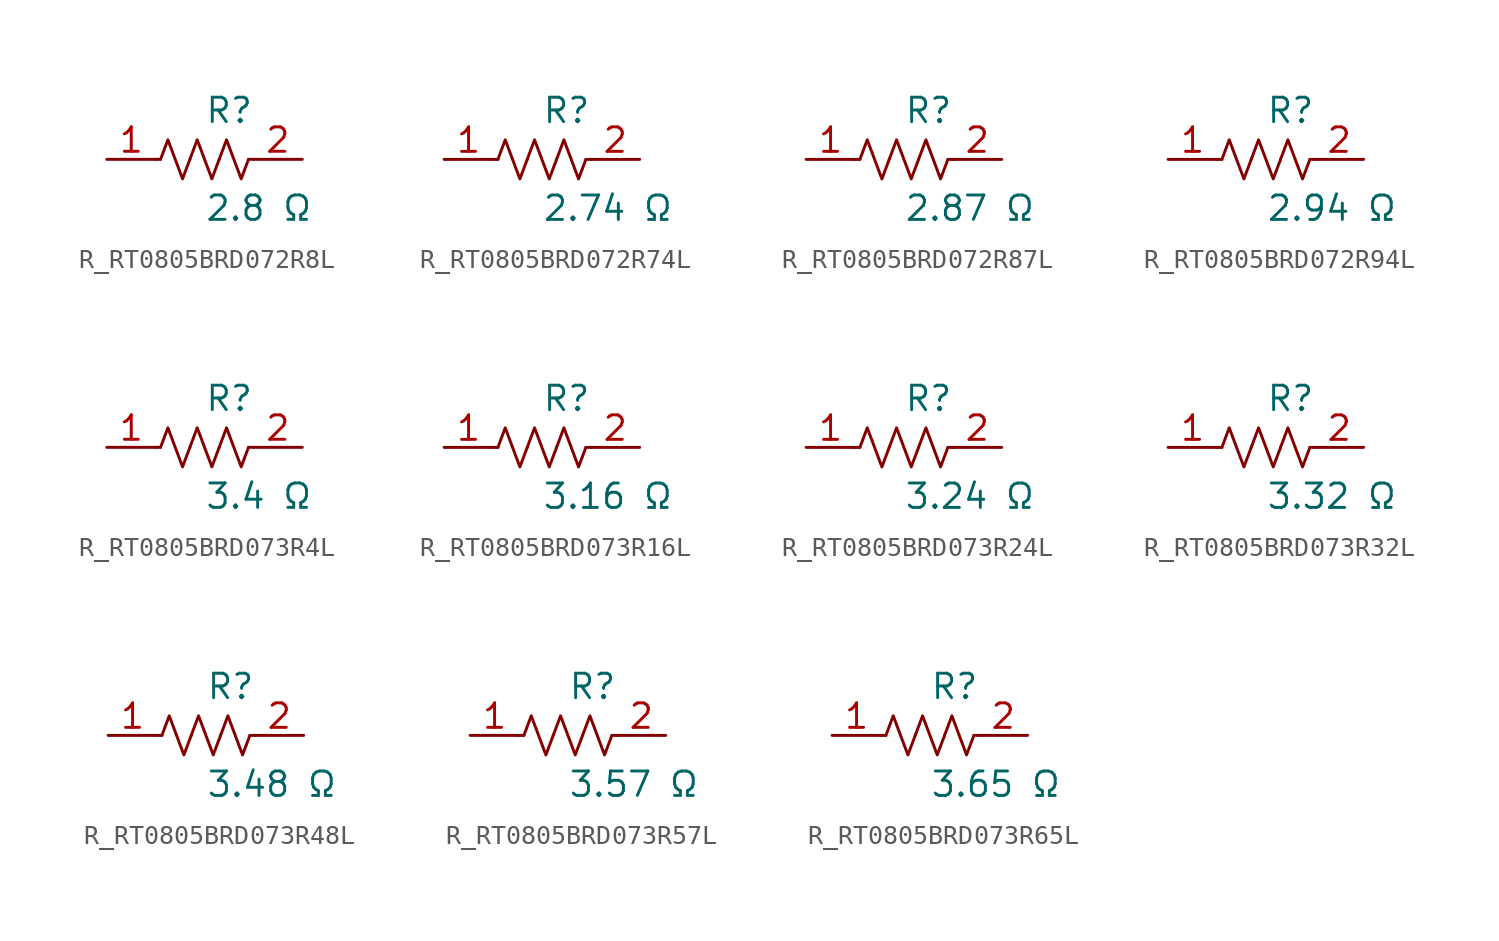
<source format=kicad_sym>
(kicad_symbol_lib
  (version 20231120)
  (generator kicad_symbol_editor)
  (generator_version 8.0)
  (symbol "R_RT0805BRD072R8L"
    (pin_names
      (offset 0.254))
    (property "Reference" "R"
      (at 0.0 2.54 0)
      (effects (font (size 1.27 1.27)) (justify left)))
    (property "Value" "2.8 Ω"
      (at 0.0 -2.54 0)
      (effects (font (size 1.27 1.27)) (justify left)))
    (symbol "R_RT0805BRD072R8L_0_1"
      (polyline (pts (xy 2.286 0) (xy 2.54 0)) (stroke (width 0) (type default)) (fill (type none)))
      (polyline (pts (xy -2.286 0) (xy -2.54 0)) (stroke (width 0) (type default)) (fill (type none)))
      (polyline (pts (xy 0.762 0) (xy 1.143 1.016) (xy 1.524 0) (xy 1.905 -1.016) (xy 2.286 0)) (stroke (width 0) (type default)) (fill (type none)))
      (polyline (pts (xy -0.762 0) (xy -0.381 1.016) (xy 0 0) (xy 0.381 -1.016) (xy 0.762 0)) (stroke (width 0) (type default)) (fill (type none)))
      (polyline (pts (xy -2.286 0) (xy -1.905 1.016) (xy -1.524 0) (xy -1.143 -1.016) (xy -0.762 0)) (stroke (width 0) (type default)) (fill (type none))))
    (pin unspecified line
      (at -5.08 0 0)
      (length 2.54)
      (name "" (effects (font (size 1.27 1.27))))
      (number "1" (effects (font (size 1.27 1.27)))))
    (pin unspecified line
      (at 5.08 0 180)
      (length 2.54)
      (name "" (effects (font (size 1.27 1.27))))
      (number "2" (effects (font (size 1.27 1.27))))))
  (symbol "R_RT0805BRD072R74L"
    (pin_names
      (offset 0.254))
    (property "Reference" "R"
      (at 0.0 2.54 0)
      (effects (font (size 1.27 1.27)) (justify left)))
    (property "Value" "2.74 Ω"
      (at 0.0 -2.54 0)
      (effects (font (size 1.27 1.27)) (justify left)))
    (symbol "R_RT0805BRD072R74L_0_1"
      (polyline (pts (xy 2.286 0) (xy 2.54 0)) (stroke (width 0) (type default)) (fill (type none)))
      (polyline (pts (xy -2.286 0) (xy -2.54 0)) (stroke (width 0) (type default)) (fill (type none)))
      (polyline (pts (xy 0.762 0) (xy 1.143 1.016) (xy 1.524 0) (xy 1.905 -1.016) (xy 2.286 0)) (stroke (width 0) (type default)) (fill (type none)))
      (polyline (pts (xy -0.762 0) (xy -0.381 1.016) (xy 0 0) (xy 0.381 -1.016) (xy 0.762 0)) (stroke (width 0) (type default)) (fill (type none)))
      (polyline (pts (xy -2.286 0) (xy -1.905 1.016) (xy -1.524 0) (xy -1.143 -1.016) (xy -0.762 0)) (stroke (width 0) (type default)) (fill (type none))))
    (pin unspecified line
      (at -5.08 0 0)
      (length 2.54)
      (name "" (effects (font (size 1.27 1.27))))
      (number "1" (effects (font (size 1.27 1.27)))))
    (pin unspecified line
      (at 5.08 0 180)
      (length 2.54)
      (name "" (effects (font (size 1.27 1.27))))
      (number "2" (effects (font (size 1.27 1.27))))))
  (symbol "R_RT0805BRD072R87L"
    (pin_names
      (offset 0.254))
    (property "Reference" "R"
      (at 0.0 2.54 0)
      (effects (font (size 1.27 1.27)) (justify left)))
    (property "Value" "2.87 Ω"
      (at 0.0 -2.54 0)
      (effects (font (size 1.27 1.27)) (justify left)))
    (symbol "R_RT0805BRD072R87L_0_1"
      (polyline (pts (xy 2.286 0) (xy 2.54 0)) (stroke (width 0) (type default)) (fill (type none)))
      (polyline (pts (xy -2.286 0) (xy -2.54 0)) (stroke (width 0) (type default)) (fill (type none)))
      (polyline (pts (xy 0.762 0) (xy 1.143 1.016) (xy 1.524 0) (xy 1.905 -1.016) (xy 2.286 0)) (stroke (width 0) (type default)) (fill (type none)))
      (polyline (pts (xy -0.762 0) (xy -0.381 1.016) (xy 0 0) (xy 0.381 -1.016) (xy 0.762 0)) (stroke (width 0) (type default)) (fill (type none)))
      (polyline (pts (xy -2.286 0) (xy -1.905 1.016) (xy -1.524 0) (xy -1.143 -1.016) (xy -0.762 0)) (stroke (width 0) (type default)) (fill (type none))))
    (pin unspecified line
      (at -5.08 0 0)
      (length 2.54)
      (name "" (effects (font (size 1.27 1.27))))
      (number "1" (effects (font (size 1.27 1.27)))))
    (pin unspecified line
      (at 5.08 0 180)
      (length 2.54)
      (name "" (effects (font (size 1.27 1.27))))
      (number "2" (effects (font (size 1.27 1.27))))))
  (symbol "R_RT0805BRD072R94L"
    (pin_names
      (offset 0.254))
    (property "Reference" "R"
      (at 0.0 2.54 0)
      (effects (font (size 1.27 1.27)) (justify left)))
    (property "Value" "2.94 Ω"
      (at 0.0 -2.54 0)
      (effects (font (size 1.27 1.27)) (justify left)))
    (symbol "R_RT0805BRD072R94L_0_1"
      (polyline (pts (xy 2.286 0) (xy 2.54 0)) (stroke (width 0) (type default)) (fill (type none)))
      (polyline (pts (xy -2.286 0) (xy -2.54 0)) (stroke (width 0) (type default)) (fill (type none)))
      (polyline (pts (xy 0.762 0) (xy 1.143 1.016) (xy 1.524 0) (xy 1.905 -1.016) (xy 2.286 0)) (stroke (width 0) (type default)) (fill (type none)))
      (polyline (pts (xy -0.762 0) (xy -0.381 1.016) (xy 0 0) (xy 0.381 -1.016) (xy 0.762 0)) (stroke (width 0) (type default)) (fill (type none)))
      (polyline (pts (xy -2.286 0) (xy -1.905 1.016) (xy -1.524 0) (xy -1.143 -1.016) (xy -0.762 0)) (stroke (width 0) (type default)) (fill (type none))))
    (pin unspecified line
      (at -5.08 0 0)
      (length 2.54)
      (name "" (effects (font (size 1.27 1.27))))
      (number "1" (effects (font (size 1.27 1.27)))))
    (pin unspecified line
      (at 5.08 0 180)
      (length 2.54)
      (name "" (effects (font (size 1.27 1.27))))
      (number "2" (effects (font (size 1.27 1.27))))))
  (symbol "R_RT0805BRD073R4L"
    (pin_names
      (offset 0.254))
    (property "Reference" "R"
      (at 0.0 2.54 0)
      (effects (font (size 1.27 1.27)) (justify left)))
    (property "Value" "3.4 Ω"
      (at 0.0 -2.54 0)
      (effects (font (size 1.27 1.27)) (justify left)))
    (symbol "R_RT0805BRD073R4L_0_1"
      (polyline (pts (xy 2.286 0) (xy 2.54 0)) (stroke (width 0) (type default)) (fill (type none)))
      (polyline (pts (xy -2.286 0) (xy -2.54 0)) (stroke (width 0) (type default)) (fill (type none)))
      (polyline (pts (xy 0.762 0) (xy 1.143 1.016) (xy 1.524 0) (xy 1.905 -1.016) (xy 2.286 0)) (stroke (width 0) (type default)) (fill (type none)))
      (polyline (pts (xy -0.762 0) (xy -0.381 1.016) (xy 0 0) (xy 0.381 -1.016) (xy 0.762 0)) (stroke (width 0) (type default)) (fill (type none)))
      (polyline (pts (xy -2.286 0) (xy -1.905 1.016) (xy -1.524 0) (xy -1.143 -1.016) (xy -0.762 0)) (stroke (width 0) (type default)) (fill (type none))))
    (pin unspecified line
      (at -5.08 0 0)
      (length 2.54)
      (name "" (effects (font (size 1.27 1.27))))
      (number "1" (effects (font (size 1.27 1.27)))))
    (pin unspecified line
      (at 5.08 0 180)
      (length 2.54)
      (name "" (effects (font (size 1.27 1.27))))
      (number "2" (effects (font (size 1.27 1.27))))))
  (symbol "R_RT0805BRD073R16L"
    (pin_names
      (offset 0.254))
    (property "Reference" "R"
      (at 0.0 2.54 0)
      (effects (font (size 1.27 1.27)) (justify left)))
    (property "Value" "3.16 Ω"
      (at 0.0 -2.54 0)
      (effects (font (size 1.27 1.27)) (justify left)))
    (symbol "R_RT0805BRD073R16L_0_1"
      (polyline (pts (xy 2.286 0) (xy 2.54 0)) (stroke (width 0) (type default)) (fill (type none)))
      (polyline (pts (xy -2.286 0) (xy -2.54 0)) (stroke (width 0) (type default)) (fill (type none)))
      (polyline (pts (xy 0.762 0) (xy 1.143 1.016) (xy 1.524 0) (xy 1.905 -1.016) (xy 2.286 0)) (stroke (width 0) (type default)) (fill (type none)))
      (polyline (pts (xy -0.762 0) (xy -0.381 1.016) (xy 0 0) (xy 0.381 -1.016) (xy 0.762 0)) (stroke (width 0) (type default)) (fill (type none)))
      (polyline (pts (xy -2.286 0) (xy -1.905 1.016) (xy -1.524 0) (xy -1.143 -1.016) (xy -0.762 0)) (stroke (width 0) (type default)) (fill (type none))))
    (pin unspecified line
      (at -5.08 0 0)
      (length 2.54)
      (name "" (effects (font (size 1.27 1.27))))
      (number "1" (effects (font (size 1.27 1.27)))))
    (pin unspecified line
      (at 5.08 0 180)
      (length 2.54)
      (name "" (effects (font (size 1.27 1.27))))
      (number "2" (effects (font (size 1.27 1.27))))))
  (symbol "R_RT0805BRD073R24L"
    (pin_names
      (offset 0.254))
    (property "Reference" "R"
      (at 0.0 2.54 0)
      (effects (font (size 1.27 1.27)) (justify left)))
    (property "Value" "3.24 Ω"
      (at 0.0 -2.54 0)
      (effects (font (size 1.27 1.27)) (justify left)))
    (symbol "R_RT0805BRD073R24L_0_1"
      (polyline (pts (xy 2.286 0) (xy 2.54 0)) (stroke (width 0) (type default)) (fill (type none)))
      (polyline (pts (xy -2.286 0) (xy -2.54 0)) (stroke (width 0) (type default)) (fill (type none)))
      (polyline (pts (xy 0.762 0) (xy 1.143 1.016) (xy 1.524 0) (xy 1.905 -1.016) (xy 2.286 0)) (stroke (width 0) (type default)) (fill (type none)))
      (polyline (pts (xy -0.762 0) (xy -0.381 1.016) (xy 0 0) (xy 0.381 -1.016) (xy 0.762 0)) (stroke (width 0) (type default)) (fill (type none)))
      (polyline (pts (xy -2.286 0) (xy -1.905 1.016) (xy -1.524 0) (xy -1.143 -1.016) (xy -0.762 0)) (stroke (width 0) (type default)) (fill (type none))))
    (pin unspecified line
      (at -5.08 0 0)
      (length 2.54)
      (name "" (effects (font (size 1.27 1.27))))
      (number "1" (effects (font (size 1.27 1.27)))))
    (pin unspecified line
      (at 5.08 0 180)
      (length 2.54)
      (name "" (effects (font (size 1.27 1.27))))
      (number "2" (effects (font (size 1.27 1.27))))))
  (symbol "R_RT0805BRD073R32L"
    (pin_names
      (offset 0.254))
    (property "Reference" "R"
      (at 0.0 2.54 0)
      (effects (font (size 1.27 1.27)) (justify left)))
    (property "Value" "3.32 Ω"
      (at 0.0 -2.54 0)
      (effects (font (size 1.27 1.27)) (justify left)))
    (symbol "R_RT0805BRD073R32L_0_1"
      (polyline (pts (xy 2.286 0) (xy 2.54 0)) (stroke (width 0) (type default)) (fill (type none)))
      (polyline (pts (xy -2.286 0) (xy -2.54 0)) (stroke (width 0) (type default)) (fill (type none)))
      (polyline (pts (xy 0.762 0) (xy 1.143 1.016) (xy 1.524 0) (xy 1.905 -1.016) (xy 2.286 0)) (stroke (width 0) (type default)) (fill (type none)))
      (polyline (pts (xy -0.762 0) (xy -0.381 1.016) (xy 0 0) (xy 0.381 -1.016) (xy 0.762 0)) (stroke (width 0) (type default)) (fill (type none)))
      (polyline (pts (xy -2.286 0) (xy -1.905 1.016) (xy -1.524 0) (xy -1.143 -1.016) (xy -0.762 0)) (stroke (width 0) (type default)) (fill (type none))))
    (pin unspecified line
      (at -5.08 0 0)
      (length 2.54)
      (name "" (effects (font (size 1.27 1.27))))
      (number "1" (effects (font (size 1.27 1.27)))))
    (pin unspecified line
      (at 5.08 0 180)
      (length 2.54)
      (name "" (effects (font (size 1.27 1.27))))
      (number "2" (effects (font (size 1.27 1.27))))))
  (symbol "R_RT0805BRD073R48L"
    (pin_names
      (offset 0.254))
    (property "Reference" "R"
      (at 0.0 2.54 0)
      (effects (font (size 1.27 1.27)) (justify left)))
    (property "Value" "3.48 Ω"
      (at 0.0 -2.54 0)
      (effects (font (size 1.27 1.27)) (justify left)))
    (symbol "R_RT0805BRD073R48L_0_1"
      (polyline (pts (xy 2.286 0) (xy 2.54 0)) (stroke (width 0) (type default)) (fill (type none)))
      (polyline (pts (xy -2.286 0) (xy -2.54 0)) (stroke (width 0) (type default)) (fill (type none)))
      (polyline (pts (xy 0.762 0) (xy 1.143 1.016) (xy 1.524 0) (xy 1.905 -1.016) (xy 2.286 0)) (stroke (width 0) (type default)) (fill (type none)))
      (polyline (pts (xy -0.762 0) (xy -0.381 1.016) (xy 0 0) (xy 0.381 -1.016) (xy 0.762 0)) (stroke (width 0) (type default)) (fill (type none)))
      (polyline (pts (xy -2.286 0) (xy -1.905 1.016) (xy -1.524 0) (xy -1.143 -1.016) (xy -0.762 0)) (stroke (width 0) (type default)) (fill (type none))))
    (pin unspecified line
      (at -5.08 0 0)
      (length 2.54)
      (name "" (effects (font (size 1.27 1.27))))
      (number "1" (effects (font (size 1.27 1.27)))))
    (pin unspecified line
      (at 5.08 0 180)
      (length 2.54)
      (name "" (effects (font (size 1.27 1.27))))
      (number "2" (effects (font (size 1.27 1.27))))))
  (symbol "R_RT0805BRD073R57L"
    (pin_names
      (offset 0.254))
    (property "Reference" "R"
      (at 0.0 2.54 0)
      (effects (font (size 1.27 1.27)) (justify left)))
    (property "Value" "3.57 Ω"
      (at 0.0 -2.54 0)
      (effects (font (size 1.27 1.27)) (justify left)))
    (symbol "R_RT0805BRD073R57L_0_1"
      (polyline (pts (xy 2.286 0) (xy 2.54 0)) (stroke (width 0) (type default)) (fill (type none)))
      (polyline (pts (xy -2.286 0) (xy -2.54 0)) (stroke (width 0) (type default)) (fill (type none)))
      (polyline (pts (xy 0.762 0) (xy 1.143 1.016) (xy 1.524 0) (xy 1.905 -1.016) (xy 2.286 0)) (stroke (width 0) (type default)) (fill (type none)))
      (polyline (pts (xy -0.762 0) (xy -0.381 1.016) (xy 0 0) (xy 0.381 -1.016) (xy 0.762 0)) (stroke (width 0) (type default)) (fill (type none)))
      (polyline (pts (xy -2.286 0) (xy -1.905 1.016) (xy -1.524 0) (xy -1.143 -1.016) (xy -0.762 0)) (stroke (width 0) (type default)) (fill (type none))))
    (pin unspecified line
      (at -5.08 0 0)
      (length 2.54)
      (name "" (effects (font (size 1.27 1.27))))
      (number "1" (effects (font (size 1.27 1.27)))))
    (pin unspecified line
      (at 5.08 0 180)
      (length 2.54)
      (name "" (effects (font (size 1.27 1.27))))
      (number "2" (effects (font (size 1.27 1.27))))))
  (symbol "R_RT0805BRD073R65L"
    (pin_names
      (offset 0.254))
    (property "Reference" "R"
      (at 0.0 2.54 0)
      (effects (font (size 1.27 1.27)) (justify left)))
    (property "Value" "3.65 Ω"
      (at 0.0 -2.54 0)
      (effects (font (size 1.27 1.27)) (justify left)))
    (symbol "R_RT0805BRD073R65L_0_1"
      (polyline (pts (xy 2.286 0) (xy 2.54 0)) (stroke (width 0) (type default)) (fill (type none)))
      (polyline (pts (xy -2.286 0) (xy -2.54 0)) (stroke (width 0) (type default)) (fill (type none)))
      (polyline (pts (xy 0.762 0) (xy 1.143 1.016) (xy 1.524 0) (xy 1.905 -1.016) (xy 2.286 0)) (stroke (width 0) (type default)) (fill (type none)))
      (polyline (pts (xy -0.762 0) (xy -0.381 1.016) (xy 0 0) (xy 0.381 -1.016) (xy 0.762 0)) (stroke (width 0) (type default)) (fill (type none)))
      (polyline (pts (xy -2.286 0) (xy -1.905 1.016) (xy -1.524 0) (xy -1.143 -1.016) (xy -0.762 0)) (stroke (width 0) (type default)) (fill (type none))))
    (pin unspecified line
      (at -5.08 0 0)
      (length 2.54)
      (name "" (effects (font (size 1.27 1.27))))
      (number "1" (effects (font (size 1.27 1.27)))))
    (pin unspecified line
      (at 5.08 0 180)
      (length 2.54)
      (name "" (effects (font (size 1.27 1.27))))
      (number "2" (effects (font (size 1.27 1.27)))))))
</source>
